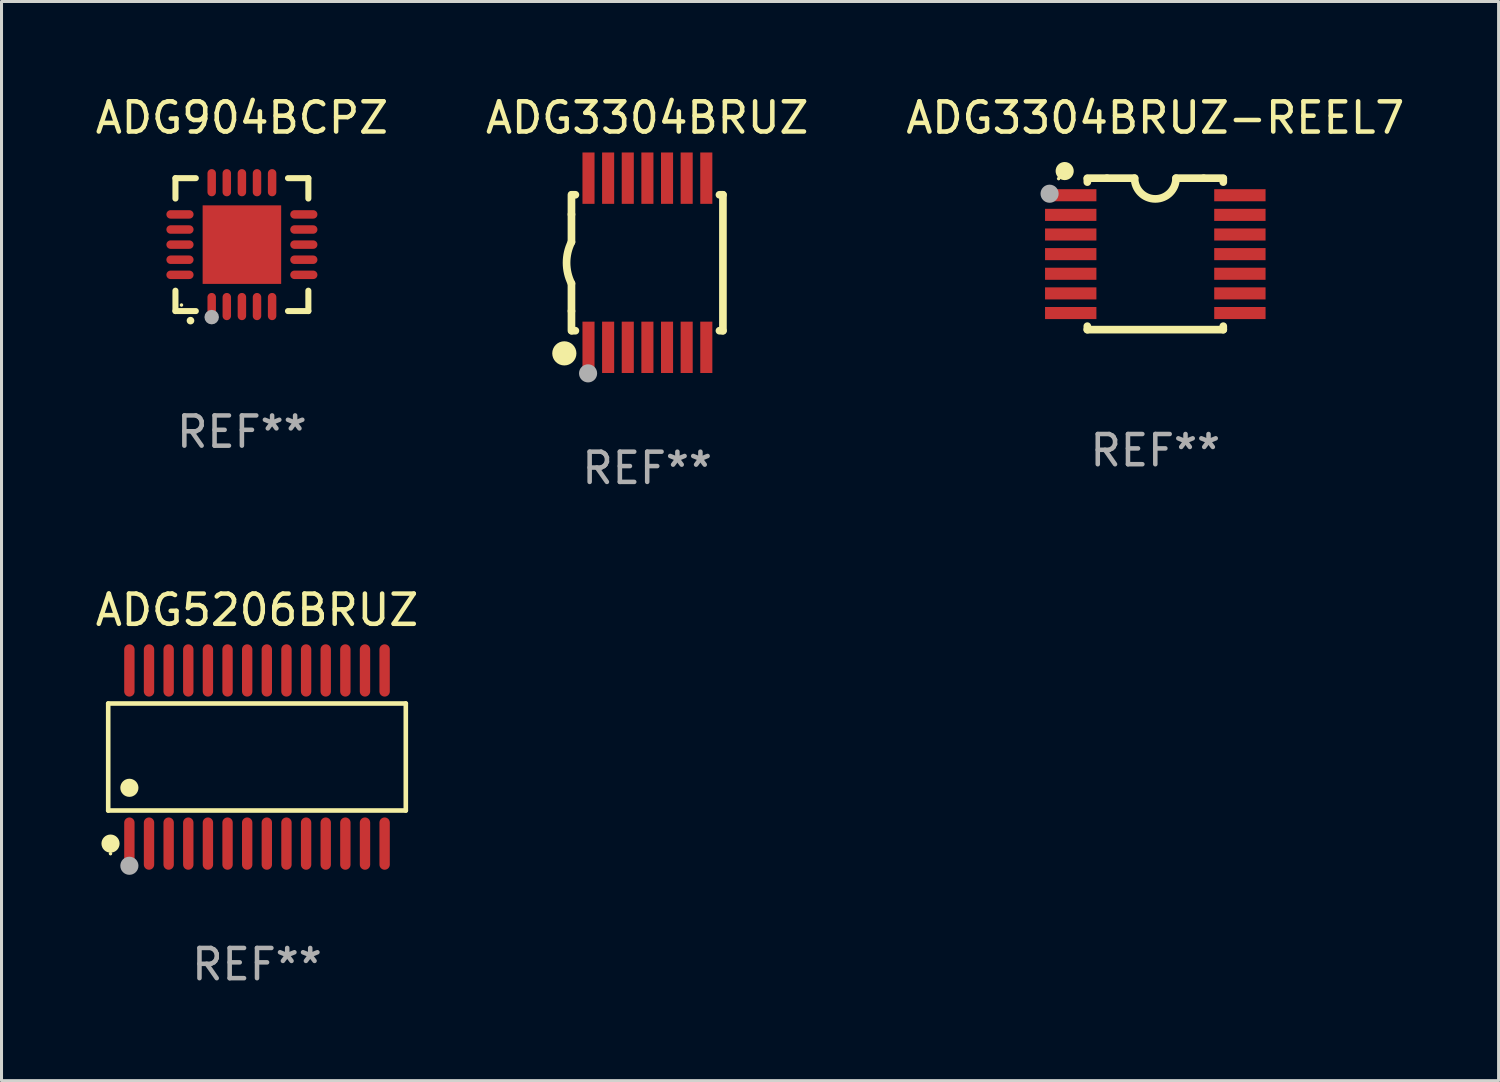
<source format=kicad_pcb>
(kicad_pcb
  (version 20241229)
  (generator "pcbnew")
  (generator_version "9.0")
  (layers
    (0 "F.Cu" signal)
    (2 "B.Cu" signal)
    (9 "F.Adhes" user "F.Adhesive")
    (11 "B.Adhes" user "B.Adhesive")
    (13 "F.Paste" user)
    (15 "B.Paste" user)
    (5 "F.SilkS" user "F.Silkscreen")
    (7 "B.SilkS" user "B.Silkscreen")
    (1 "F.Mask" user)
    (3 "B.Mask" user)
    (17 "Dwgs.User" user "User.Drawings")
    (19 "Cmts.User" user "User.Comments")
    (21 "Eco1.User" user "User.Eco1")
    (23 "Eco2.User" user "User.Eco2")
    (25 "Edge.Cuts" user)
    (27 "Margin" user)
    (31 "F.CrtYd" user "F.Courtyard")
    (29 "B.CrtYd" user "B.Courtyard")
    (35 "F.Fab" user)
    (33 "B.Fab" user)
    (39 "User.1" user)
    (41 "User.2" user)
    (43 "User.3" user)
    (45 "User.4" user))
  (footprint "ADG3304BRUZ-REEL7"
    (layer "F.Cu")
    (at 35.196 5.356)
    (property "Reference" "ADG3304BRUZ-REEL7" (at 0 -4.507 0) (layer "F.SilkS") (effects (font (size 1 1) (thickness 0.15))))
    (attr through_hole)
    (fp_line (start -2.25 -2.377) (end -2.25 -2.493) (stroke (width 0.254) (type solid)) (layer "F.SilkS"))
    (fp_line (start -2.25 2.507) (end -2.25 2.392) (stroke (width 0.254) (type solid)) (layer "F.SilkS"))
    (fp_line (start -1.6 -2.507) (end -2.25 -2.507) (stroke (width 0.254) (type solid)) (layer "F.SilkS"))
    (fp_line (start -1.6 -2.507) (end -0.686 -2.507) (stroke (width 0.254) (type solid)) (layer "F.SilkS"))
    (fp_line (start 0.686 -2.507) (end 1.6 -2.507) (stroke (width 0.254) (type solid)) (layer "F.SilkS"))
    (fp_line (start 1.6 -2.507) (end 2.25 -2.507) (stroke (width 0.254) (type solid)) (layer "F.SilkS"))
    (fp_line (start 2.25 -2.493) (end 2.25 -2.377) (stroke (width 0.254) (type solid)) (layer "F.SilkS"))
    (fp_line (start 2.25 2.392) (end 2.25 2.507) (stroke (width 0.254) (type solid)) (layer "F.SilkS"))
    (fp_line (start 2.25 2.507) (end -2.25 2.507) (stroke (width 0.254) (type solid)) (layer "F.SilkS"))
    (fp_arc (start 0.685852 -2.507303) (mid 0.000051 -1.821502) (end -0.68575 -2.507303) (stroke (width 0.254001) (type solid)) (layer "F.SilkS"))
    (fp_circle (center -3.2 -2.493) (end -3.17 -2.493) (stroke (width 0.06) (type solid)) (fill no) (layer "F.SilkS"))
    (fp_circle (center -3 -2.743) (end -2.85 -2.743) (stroke (width 0.3) (type solid)) (fill no) (layer "F.SilkS"))
    (fp_circle (center -3.5 -1.993) (end -3.35 -1.993) (stroke (width 0.3) (type solid)) (fill no) (layer "F.Fab"))
    (fp_text user "REF**" (at 0 6.507 0) (layer "F.Fab") (effects (font (size 1 1) (thickness 0.15))))
    (pad "1" smd rect (at -2.8 -1.943) (size 1.7 0.4) (layers "F.Cu" "F.Mask" "F.Paste"))
    (pad "2" smd rect (at -2.8 -1.293) (size 1.7 0.4) (layers "F.Cu" "F.Mask" "F.Paste"))
    (pad "3" smd rect (at -2.8 -0.643) (size 1.7 0.4) (layers "F.Cu" "F.Mask" "F.Paste"))
    (pad "4" smd rect (at -2.8 0.007) (size 1.7 0.4) (layers "F.Cu" "F.Mask" "F.Paste"))
    (pad "5" smd rect (at -2.8 0.657) (size 1.7 0.4) (layers "F.Cu" "F.Mask" "F.Paste"))
    (pad "6" smd rect (at -2.8 1.307) (size 1.7 0.4) (layers "F.Cu" "F.Mask" "F.Paste"))
    (pad "7" smd rect (at -2.8 1.957) (size 1.7 0.4) (layers "F.Cu" "F.Mask" "F.Paste"))
    (pad "8" smd rect (at 2.8 1.957) (size 1.7 0.4) (layers "F.Cu" "F.Mask" "F.Paste"))
    (pad "9" smd rect (at 2.8 1.307) (size 1.7 0.4) (layers "F.Cu" "F.Mask" "F.Paste"))
    (pad "10" smd rect (at 2.8 0.657) (size 1.7 0.4) (layers "F.Cu" "F.Mask" "F.Paste"))
    (pad "11" smd rect (at 2.8 0.007) (size 1.7 0.4) (layers "F.Cu" "F.Mask" "F.Paste"))
    (pad "12" smd rect (at 2.8 -0.643) (size 1.7 0.4) (layers "F.Cu" "F.Mask" "F.Paste"))
    (pad "13" smd rect (at 2.8 -1.293) (size 1.7 0.4) (layers "F.Cu" "F.Mask" "F.Paste"))
    (pad "14" smd rect (at 2.8 -1.943) (size 1.7 0.4) (layers "F.Cu" "F.Mask" "F.Paste")))
  (footprint "ADG3304BRUZ"
    (layer "F.Cu")
    (at 18.375 5.648)
    (property "Reference" "ADG3304BRUZ" (at 0 -4.8 0) (layer "F.SilkS") (effects (font (size 1 1) (thickness 0.15))))
    (attr through_hole)
    (fp_line (start -2.507 -1.6) (end -2.507 -2.25) (stroke (width 0.254) (type solid)) (layer "F.SilkS"))
    (fp_line (start -2.507 -0.686) (end -2.507 -1.6) (stroke (width 0.254) (type solid)) (layer "F.SilkS"))
    (fp_line (start -2.507 1.6) (end -2.507 0.686) (stroke (width 0.254) (type solid)) (layer "F.SilkS"))
    (fp_line (start -2.507 1.6) (end -2.507 2.25) (stroke (width 0.254) (type solid)) (layer "F.SilkS"))
    (fp_line (start -2.493 -2.25) (end -2.377 -2.25) (stroke (width 0.254) (type solid)) (layer "F.SilkS"))
    (fp_line (start -2.377 2.25) (end -2.493 2.25) (stroke (width 0.254) (type solid)) (layer "F.SilkS"))
    (fp_line (start 2.392 -2.25) (end 2.507 -2.25) (stroke (width 0.254) (type solid)) (layer "F.SilkS"))
    (fp_line (start 2.507 -2.25) (end 2.507 2.25) (stroke (width 0.254) (type solid)) (layer "F.SilkS"))
    (fp_line (start 2.507 2.25) (end 2.392 2.25) (stroke (width 0.254) (type solid)) (layer "F.SilkS"))
    (fp_arc (start -2.507303 0.685802) (mid -2.669199 0) (end -2.507303 -0.685801) (stroke (width 0.254001) (type solid)) (layer "F.SilkS"))
    (fp_circle (center -2.743 3) (end -2.543 3) (stroke (width 0.4) (type solid)) (fill no) (layer "F.SilkS"))
    (fp_circle (center -2.493 3.2) (end -2.463 3.2) (stroke (width 0.06) (type solid)) (fill no) (layer "F.SilkS"))
    (fp_circle (center -1.957 3.662) (end -1.807 3.662) (stroke (width 0.3) (type solid)) (fill no) (layer "F.Fab"))
    (fp_text user "REF**" (at 0 6.8 0) (layer "F.Fab") (effects (font (size 1 1) (thickness 0.15))))
    (pad "1" smd rect (at -1.943 2.8) (size 0.4 1.7) (layers "F.Cu" "F.Mask" "F.Paste"))
    (pad "2" smd rect (at -1.293 2.8) (size 0.4 1.7) (layers "F.Cu" "F.Mask" "F.Paste"))
    (pad "3" smd rect (at -0.643 2.8) (size 0.4 1.7) (layers "F.Cu" "F.Mask" "F.Paste"))
    (pad "4" smd rect (at 0.007 2.8) (size 0.4 1.7) (layers "F.Cu" "F.Mask" "F.Paste"))
    (pad "5" smd rect (at 0.657 2.8) (size 0.4 1.7) (layers "F.Cu" "F.Mask" "F.Paste"))
    (pad "6" smd rect (at 1.307 2.8) (size 0.4 1.7) (layers "F.Cu" "F.Mask" "F.Paste"))
    (pad "7" smd rect (at 1.957 2.8) (size 0.4 1.7) (layers "F.Cu" "F.Mask" "F.Paste"))
    (pad "8" smd rect (at 1.957 -2.8) (size 0.4 1.7) (layers "F.Cu" "F.Mask" "F.Paste"))
    (pad "9" smd rect (at 1.307 -2.8) (size 0.4 1.7) (layers "F.Cu" "F.Mask" "F.Paste"))
    (pad "10" smd rect (at 0.657 -2.8) (size 0.4 1.7) (layers "F.Cu" "F.Mask" "F.Paste"))
    (pad "11" smd rect (at 0.007 -2.8) (size 0.4 1.7) (layers "F.Cu" "F.Mask" "F.Paste"))
    (pad "12" smd rect (at -0.643 -2.8) (size 0.4 1.7) (layers "F.Cu" "F.Mask" "F.Paste"))
    (pad "13" smd rect (at -1.293 -2.8) (size 0.4 1.7) (layers "F.Cu" "F.Mask" "F.Paste"))
    (pad "14" smd rect (at -1.943 -2.8) (size 0.4 1.7) (layers "F.Cu" "F.Mask" "F.Paste")))
  (footprint "ADG5206BRUZ"
    (layer "F.Cu")
    (at 5.458 22.011)
    (property "Reference" "ADG5206BRUZ" (at 0 -4.866 0) (layer "F.SilkS") (effects (font (size 1 1) (thickness 0.15))))
    (attr through_hole)
    (fp_line (start -4.926 -1.772) (end 4.926 -1.772) (stroke (width 0.152) (type solid)) (layer "F.SilkS"))
    (fp_line (start -4.926 1.771) (end -4.926 -1.772) (stroke (width 0.152) (type solid)) (layer "F.SilkS"))
    (fp_line (start 4.926 -1.772) (end 4.926 1.771) (stroke (width 0.152) (type solid)) (layer "F.SilkS"))
    (fp_line (start 4.926 1.771) (end -4.926 1.771) (stroke (width 0.152) (type solid)) (layer "F.SilkS"))
    (fp_circle (center -4.85 3.2) (end -4.82 3.2) (stroke (width 0.06) (type solid)) (fill no) (layer "F.SilkS"))
    (fp_circle (center -4.849 2.866) (end -4.699 2.866) (stroke (width 0.3) (type solid)) (fill no) (layer "F.SilkS"))
    (fp_circle (center -4.225 1.019) (end -4.075 1.019) (stroke (width 0.3) (type solid)) (fill no) (layer "F.SilkS"))
    (fp_circle (center -4.225 3.6) (end -4.075 3.6) (stroke (width 0.3) (type solid)) (fill no) (layer "F.Fab"))
    (fp_text user "REF**" (at 0 6.866 0) (layer "F.Fab") (effects (font (size 1 1) (thickness 0.15))))
    (pad "1" smd oval (at -4.225 2.866) (size 0.343 1.731) (layers "F.Cu" "F.Mask" "F.Paste"))
    (pad "2" smd oval (at -3.575 2.866) (size 0.343 1.731) (layers "F.Cu" "F.Mask" "F.Paste"))
    (pad "3" smd oval (at -2.925 2.866) (size 0.343 1.731) (layers "F.Cu" "F.Mask" "F.Paste"))
    (pad "4" smd oval (at -2.275 2.866) (size 0.343 1.731) (layers "F.Cu" "F.Mask" "F.Paste"))
    (pad "5" smd oval (at -1.625 2.866) (size 0.343 1.731) (layers "F.Cu" "F.Mask" "F.Paste"))
    (pad "6" smd oval (at -0.975 2.866) (size 0.343 1.731) (layers "F.Cu" "F.Mask" "F.Paste"))
    (pad "7" smd oval (at -0.325 2.866) (size 0.343 1.731) (layers "F.Cu" "F.Mask" "F.Paste"))
    (pad "8" smd oval (at 0.325 2.866) (size 0.343 1.731) (layers "F.Cu" "F.Mask" "F.Paste"))
    (pad "9" smd oval (at 0.975 2.866) (size 0.343 1.731) (layers "F.Cu" "F.Mask" "F.Paste"))
    (pad "10" smd oval (at 1.625 2.866) (size 0.343 1.731) (layers "F.Cu" "F.Mask" "F.Paste"))
    (pad "11" smd oval (at 2.275 2.866) (size 0.343 1.731) (layers "F.Cu" "F.Mask" "F.Paste"))
    (pad "12" smd oval (at 2.925 2.866) (size 0.343 1.731) (layers "F.Cu" "F.Mask" "F.Paste"))
    (pad "13" smd oval (at 3.575 2.866) (size 0.343 1.731) (layers "F.Cu" "F.Mask" "F.Paste"))
    (pad "14" smd oval (at 4.225 2.866) (size 0.343 1.731) (layers "F.Cu" "F.Mask" "F.Paste"))
    (pad "15" smd oval (at 4.225 -2.866) (size 0.343 1.731) (layers "F.Cu" "F.Mask" "F.Paste"))
    (pad "16" smd oval (at 3.575 -2.866) (size 0.343 1.731) (layers "F.Cu" "F.Mask" "F.Paste"))
    (pad "17" smd oval (at 2.925 -2.866) (size 0.343 1.731) (layers "F.Cu" "F.Mask" "F.Paste"))
    (pad "18" smd oval (at 2.275 -2.866) (size 0.343 1.731) (layers "F.Cu" "F.Mask" "F.Paste"))
    (pad "19" smd oval (at 1.625 -2.866) (size 0.343 1.731) (layers "F.Cu" "F.Mask" "F.Paste"))
    (pad "20" smd oval (at 0.975 -2.866) (size 0.343 1.731) (layers "F.Cu" "F.Mask" "F.Paste"))
    (pad "21" smd oval (at 0.325 -2.866) (size 0.343 1.731) (layers "F.Cu" "F.Mask" "F.Paste"))
    (pad "22" smd oval (at -0.325 -2.866) (size 0.343 1.731) (layers "F.Cu" "F.Mask" "F.Paste"))
    (pad "23" smd oval (at -0.975 -2.866) (size 0.343 1.731) (layers "F.Cu" "F.Mask" "F.Paste"))
    (pad "24" smd oval (at -1.625 -2.866) (size 0.343 1.731) (layers "F.Cu" "F.Mask" "F.Paste"))
    (pad "25" smd oval (at -2.275 -2.866) (size 0.343 1.731) (layers "F.Cu" "F.Mask" "F.Paste"))
    (pad "26" smd oval (at -2.925 -2.866) (size 0.343 1.731) (layers "F.Cu" "F.Mask" "F.Paste"))
    (pad "27" smd oval (at -3.575 -2.866) (size 0.343 1.731) (layers "F.Cu" "F.Mask" "F.Paste"))
    (pad "28" smd oval (at -4.225 -2.866) (size 0.343 1.731) (layers "F.Cu" "F.Mask" "F.Paste")))
  (footprint "ADG904BCPZ"
    (layer "F.Cu")
    (at 4.958 5.048)
    (property "Reference" "ADG904BCPZ" (at 0 -4.2 0) (layer "F.SilkS") (effects (font (size 1 1) (thickness 0.15))))
    (attr through_hole)
    (fp_line (start -2.2 -2.2) (end -1.525 -2.2) (stroke (width 0.2) (type solid)) (layer "F.SilkS"))
    (fp_line (start -2.2 -1.525) (end -2.2 -2.2) (stroke (width 0.2) (type solid)) (layer "F.SilkS"))
    (fp_line (start -2.2 2.2) (end -2.2 1.525) (stroke (width 0.2) (type solid)) (layer "F.SilkS"))
    (fp_line (start -1.525 2.2) (end -2.2 2.2) (stroke (width 0.2) (type solid)) (layer "F.SilkS"))
    (fp_line (start 1.525 2.2) (end 2.2 2.2) (stroke (width 0.2) (type solid)) (layer "F.SilkS"))
    (fp_line (start 2.2 -2.2) (end 1.525 -2.2) (stroke (width 0.2) (type solid)) (layer "F.SilkS"))
    (fp_line (start 2.2 -1.525) (end 2.2 -2.2) (stroke (width 0.2) (type solid)) (layer "F.SilkS"))
    (fp_line (start 2.2 2.2) (end 2.2 1.525) (stroke (width 0.2) (type solid)) (layer "F.SilkS"))
    (fp_arc (start -1.703073 2.516612) (mid -1.701803 2.516606) (end -1.700533 2.516612) (stroke (width 0.25) (type solid)) (layer "F.SilkS"))
    (fp_circle (center -2 2) (end -1.97 2) (stroke (width 0.06) (type solid)) (fill no) (layer "F.SilkS"))
    (fp_circle (center -1 2.4) (end -0.88 2.4) (stroke (width 0.24) (type solid)) (fill no) (layer "F.Fab"))
    (fp_text user "REF**" (at 0 6.2 0) (layer "F.Fab") (effects (font (size 1 1) (thickness 0.15))))
    (pad "1" smd oval (at -1 2.05) (size 0.28 0.9) (layers "F.Cu" "F.Mask" "F.Paste"))
    (pad "2" smd oval (at -0.5 2.05) (size 0.28 0.9) (layers "F.Cu" "F.Mask" "F.Paste"))
    (pad "3" smd oval (at 0.000076 2.05) (size 0.28 0.9) (layers "F.Cu" "F.Mask" "F.Paste"))
    (pad "4" smd oval (at 0.5 2.05) (size 0.28 0.9) (layers "F.Cu" "F.Mask" "F.Paste"))
    (pad "5" smd oval (at 1 2.05) (size 0.28 0.9) (layers "F.Cu" "F.Mask" "F.Paste"))
    (pad "6" smd oval (at 2.05 1) (size 0.9 0.28) (layers "F.Cu" "F.Mask" "F.Paste"))
    (pad "7" smd oval (at 2.05 0.5) (size 0.9 0.28) (layers "F.Cu" "F.Mask" "F.Paste"))
    (pad "8" smd oval (at 2.05 0.000076) (size 0.9 0.28) (layers "F.Cu" "F.Mask" "F.Paste"))
    (pad "9" smd oval (at 2.05 -0.5) (size 0.9 0.28) (layers "F.Cu" "F.Mask" "F.Paste"))
    (pad "10" smd oval (at 2.05 -1) (size 0.9 0.28) (layers "F.Cu" "F.Mask" "F.Paste"))
    (pad "11" smd oval (at 1 -2.05) (size 0.28 0.9) (layers "F.Cu" "F.Mask" "F.Paste"))
    (pad "12" smd oval (at 0.5 -2.05) (size 0.28 0.9) (layers "F.Cu" "F.Mask" "F.Paste"))
    (pad "13" smd oval (at 0.000076 -2.05) (size 0.28 0.9) (layers "F.Cu" "F.Mask" "F.Paste"))
    (pad "14" smd oval (at -0.5 -2.05) (size 0.28 0.9) (layers "F.Cu" "F.Mask" "F.Paste"))
    (pad "15" smd oval (at -1 -2.05) (size 0.28 0.9) (layers "F.Cu" "F.Mask" "F.Paste"))
    (pad "16" smd oval (at -2.05 -1) (size 0.9 0.28) (layers "F.Cu" "F.Mask" "F.Paste"))
    (pad "17" smd oval (at -2.05 -0.5) (size 0.9 0.28) (layers "F.Cu" "F.Mask" "F.Paste"))
    (pad "18" smd oval (at -2.05 0.000076) (size 0.9 0.28) (layers "F.Cu" "F.Mask" "F.Paste"))
    (pad "19" smd oval (at -2.05 0.5) (size 0.9 0.28) (layers "F.Cu" "F.Mask" "F.Paste"))
    (pad "20" smd oval (at -2.05 1) (size 0.9 0.28) (layers "F.Cu" "F.Mask" "F.Paste"))
    (pad "21" smd rect (at 0.000076 0.000076) (size 2.6 2.6) (layers "F.Cu" "F.Mask" "F.Paste")))
  (gr_rect
    (start -3 -3)
    (end 46.56 32.725)
    (stroke (width 0.1) (type default))
    (fill no)
    (layer "Edge.Cuts")))
</source>
